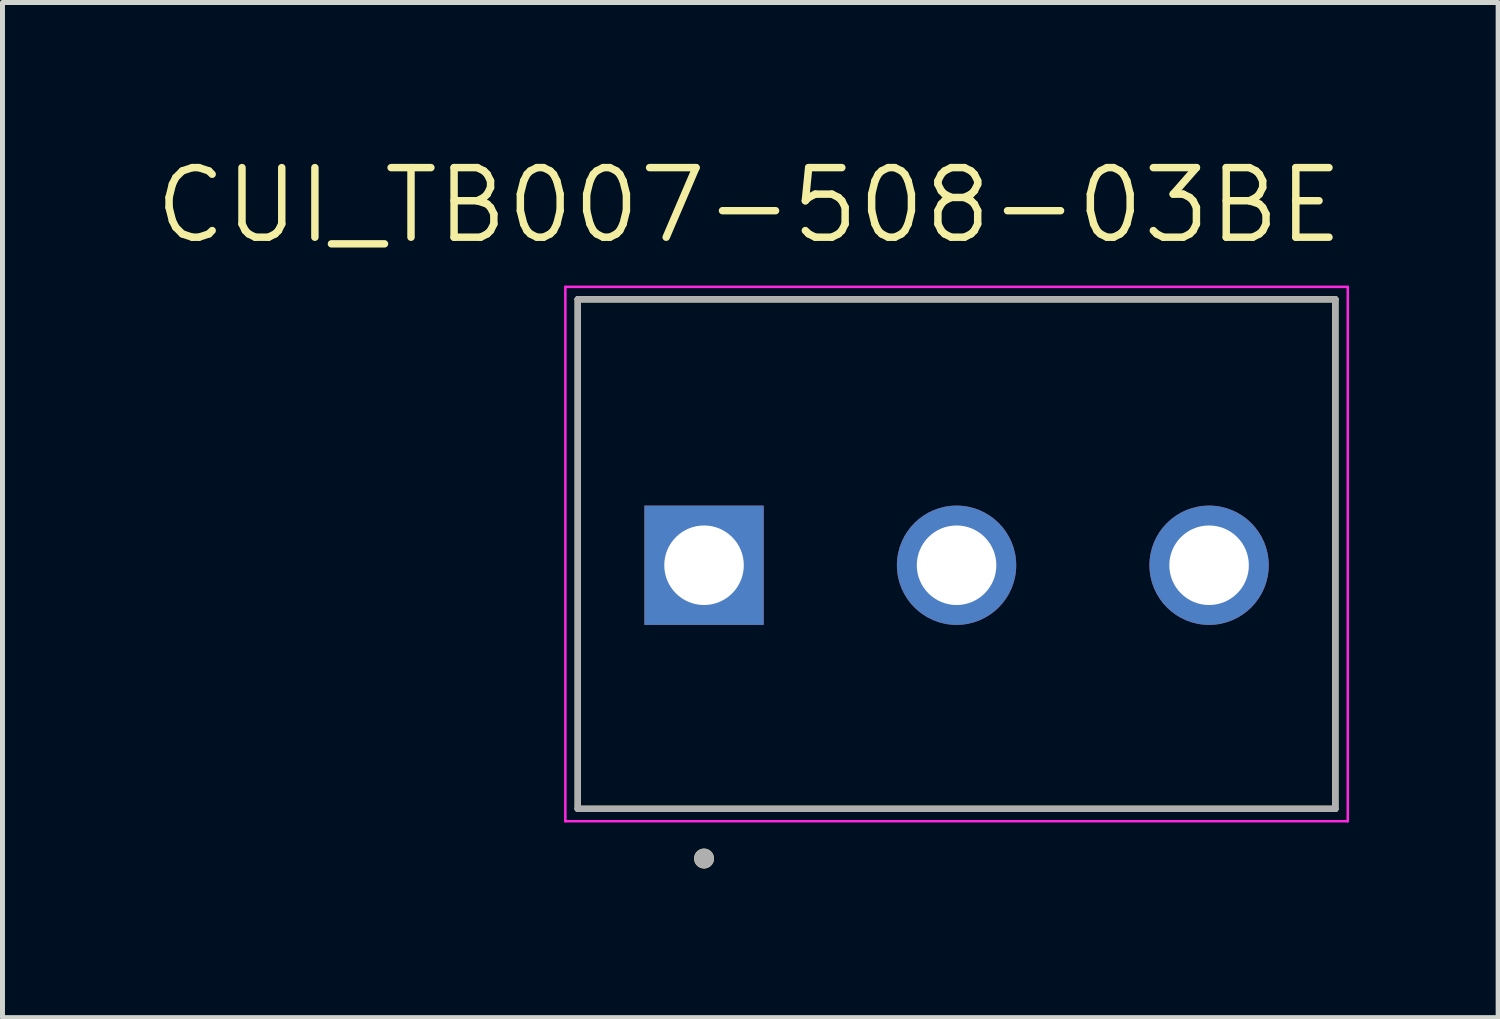
<source format=kicad_pcb>
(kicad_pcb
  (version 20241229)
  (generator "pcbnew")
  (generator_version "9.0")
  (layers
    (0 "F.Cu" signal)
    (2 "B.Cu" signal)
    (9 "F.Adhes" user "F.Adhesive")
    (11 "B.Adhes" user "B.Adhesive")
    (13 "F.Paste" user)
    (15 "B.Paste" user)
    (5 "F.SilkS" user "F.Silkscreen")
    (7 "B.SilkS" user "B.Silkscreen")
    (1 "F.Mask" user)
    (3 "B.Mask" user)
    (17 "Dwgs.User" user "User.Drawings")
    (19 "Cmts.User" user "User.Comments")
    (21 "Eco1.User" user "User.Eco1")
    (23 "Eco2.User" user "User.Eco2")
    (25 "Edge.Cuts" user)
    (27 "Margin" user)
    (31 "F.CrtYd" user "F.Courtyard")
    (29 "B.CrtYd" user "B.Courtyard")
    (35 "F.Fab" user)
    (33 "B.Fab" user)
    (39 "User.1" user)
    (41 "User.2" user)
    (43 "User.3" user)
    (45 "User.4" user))
  (footprint "CUI_TB007-508-03BE"
    (layer "F.Cu")
    (at 11.113 8.321)
    (property "Reference" "CUI_TB007-508-03BE" (at 0.905 -7.239 0) (layer "F.SilkS") (effects (font (size 1.4 1.4) (thickness 0.15))))
    (attr through_hole)
    (fp_line (start -2.54 -5.35) (end 12.7 -5.35) (stroke (width 0.127) (type solid)) (layer "F.SilkS"))
    (fp_line (start -2.54 4.9) (end -2.54 -5.35) (stroke (width 0.127) (type solid)) (layer "F.SilkS"))
    (fp_line (start 12.7 -5.35) (end 12.7 4.9) (stroke (width 0.127) (type solid)) (layer "F.SilkS"))
    (fp_line (start 12.7 4.9) (end -2.54 4.9) (stroke (width 0.127) (type solid)) (layer "F.SilkS"))
    (fp_circle (center 0 5.9) (end 0.1 5.9) (stroke (width 0.2) (type solid)) (fill no) (layer "F.SilkS"))
    (fp_line (start -2.79 -5.6) (end 12.95 -5.6) (stroke (width 0.05) (type solid)) (layer "F.CrtYd"))
    (fp_line (start -2.79 5.15) (end -2.79 -5.6) (stroke (width 0.05) (type solid)) (layer "F.CrtYd"))
    (fp_line (start 12.95 -5.6) (end 12.95 5.15) (stroke (width 0.05) (type solid)) (layer "F.CrtYd"))
    (fp_line (start 12.95 5.15) (end -2.79 5.15) (stroke (width 0.05) (type solid)) (layer "F.CrtYd"))
    (fp_line (start -2.54 -5.35) (end 12.7 -5.35) (stroke (width 0.127) (type solid)) (layer "F.Fab"))
    (fp_line (start -2.54 4.9) (end -2.54 -5.35) (stroke (width 0.127) (type solid)) (layer "F.Fab"))
    (fp_line (start 12.7 -5.35) (end 12.7 4.9) (stroke (width 0.127) (type solid)) (layer "F.Fab"))
    (fp_line (start 12.7 4.9) (end -2.54 4.9) (stroke (width 0.127) (type solid)) (layer "F.Fab"))
    (fp_circle (center 0 5.9) (end 0.1 5.9) (stroke (width 0.2) (type solid)) (fill no) (layer "F.Fab"))
    (pad "1" thru_hole rect (at 0 0) (size 2.4 2.4) (drill 1.6) (layers "*.Cu" "*.Mask"))
    (pad "2" thru_hole circle (at 5.08 0) (size 2.4 2.4) (drill 1.6) (layers "*.Cu" "*.Mask"))
    (pad "3" thru_hole circle (at 10.16 0) (size 2.4 2.4) (drill 1.6) (layers "*.Cu" "*.Mask")))
  (gr_rect
    (start -3 -3)
    (end 27.088 17.421)
    (stroke (width 0.1) (type default))
    (fill no)
    (layer "Edge.Cuts")))
</source>
